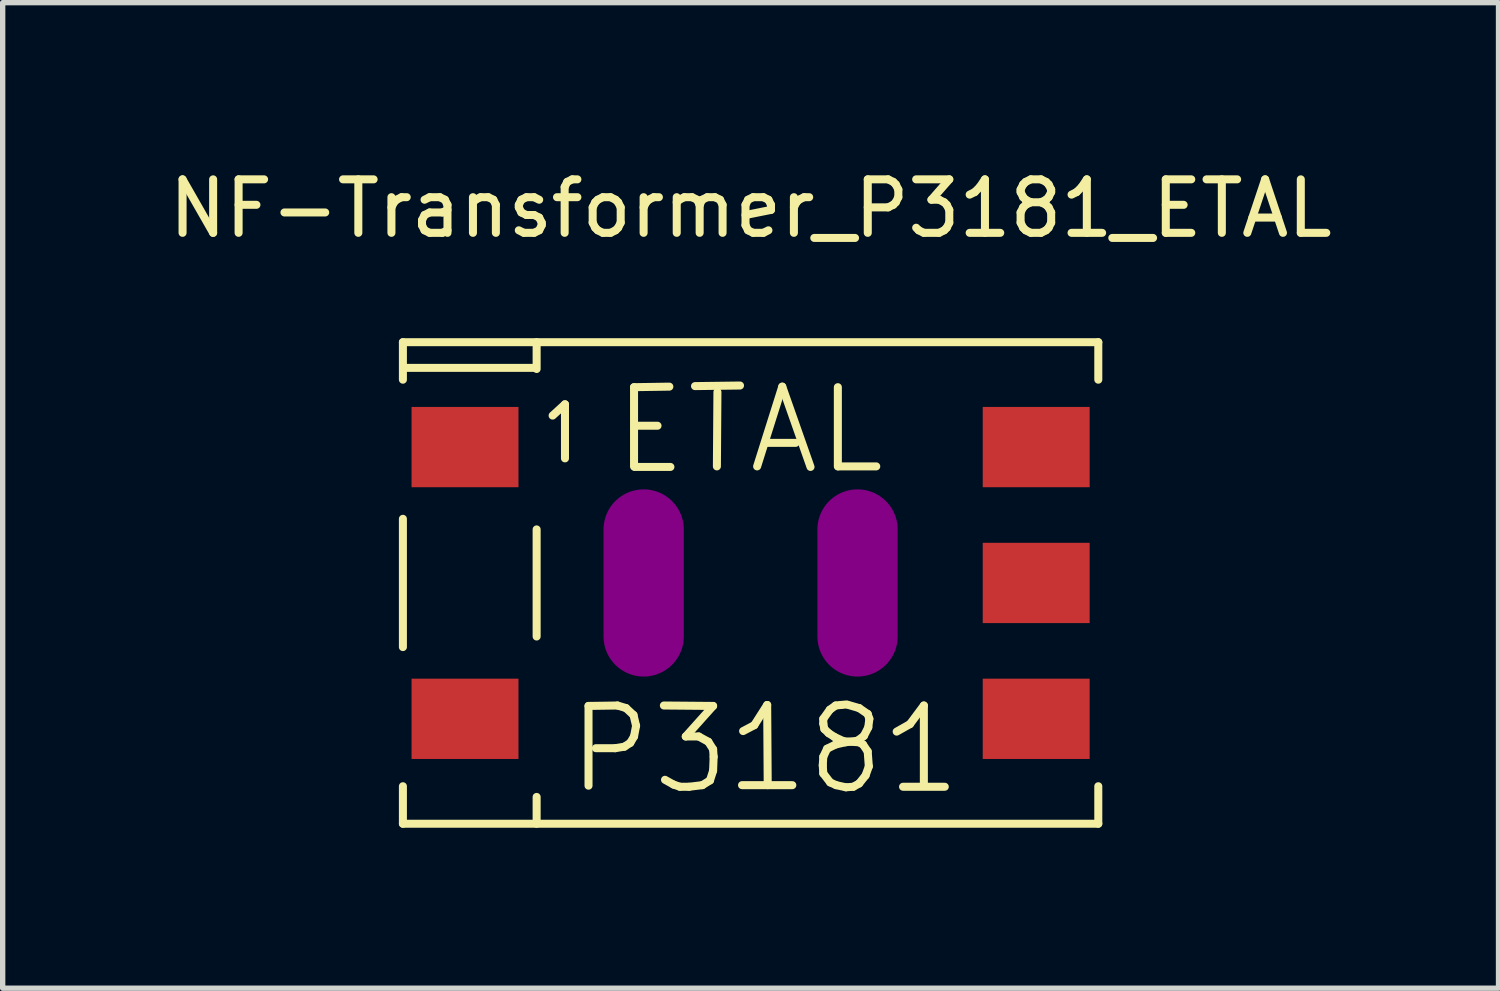
<source format=kicad_pcb>
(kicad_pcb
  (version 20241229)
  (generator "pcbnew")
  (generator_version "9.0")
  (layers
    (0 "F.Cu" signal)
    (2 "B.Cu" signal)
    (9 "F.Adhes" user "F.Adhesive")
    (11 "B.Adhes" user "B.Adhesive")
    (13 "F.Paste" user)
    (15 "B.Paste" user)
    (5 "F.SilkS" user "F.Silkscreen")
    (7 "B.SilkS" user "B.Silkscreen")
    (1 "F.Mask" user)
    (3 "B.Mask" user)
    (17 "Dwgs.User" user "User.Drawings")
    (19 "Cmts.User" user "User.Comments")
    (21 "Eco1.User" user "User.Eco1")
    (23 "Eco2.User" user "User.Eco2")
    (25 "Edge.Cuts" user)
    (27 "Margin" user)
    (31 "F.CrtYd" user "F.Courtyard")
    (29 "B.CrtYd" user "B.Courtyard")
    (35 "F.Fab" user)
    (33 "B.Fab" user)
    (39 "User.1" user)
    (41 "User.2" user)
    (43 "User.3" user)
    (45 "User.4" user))
  (footprint "NF-Transformer_P3181_ETAL"
    (layer "F.Cu")
    (at 10.982 7.848)
    (property "Reference" "NF-Transformer_P3181_ETAL" (at 0 -7 0) (layer "F.SilkS") (effects (font (size 1 1) (thickness 0.15))))
    (attr smd)
    (fp_line (start -6.5 -4.501) (end -6.5 -3.8) (stroke (width 0.15) (type solid)) (layer "F.SilkS"))
    (fp_line (start -6.5 -1.199) (end -6.5 1.199) (stroke (width 0.15) (type solid)) (layer "F.SilkS"))
    (fp_line (start -6.5 3.8) (end -6.5 4.501) (stroke (width 0.15) (type solid)) (layer "F.SilkS"))
    (fp_line (start -6.5 4.501) (end 6.5 4.501) (stroke (width 0.15) (type solid)) (layer "F.SilkS"))
    (fp_line (start -4.021 -4.021) (end -6.459 -4.021) (stroke (width 0.15) (type solid)) (layer "F.SilkS"))
    (fp_line (start -4 -4.501) (end -4 -4) (stroke (width 0.15) (type solid)) (layer "F.SilkS"))
    (fp_line (start -4 -1.001) (end -4 1.001) (stroke (width 0.15) (type solid)) (layer "F.SilkS"))
    (fp_line (start -4 4.501) (end -4 4) (stroke (width 0.15) (type solid)) (layer "F.SilkS"))
    (fp_line (start -3.701 -3.129) (end -3.47 -3.34) (stroke (width 0.15) (type solid)) (layer "F.SilkS"))
    (fp_line (start -3.47 -3.34) (end -3.47 -2.329) (stroke (width 0.15) (type solid)) (layer "F.SilkS"))
    (fp_line (start -3.03 2.299) (end -2.489 2.291) (stroke (width 0.15) (type solid)) (layer "F.SilkS"))
    (fp_line (start -3.03 3.79) (end -3.03 2.299) (stroke (width 0.15) (type solid)) (layer "F.SilkS"))
    (fp_line (start -2.53 3.089) (end -2.891 3.089) (stroke (width 0.15) (type solid)) (layer "F.SilkS"))
    (fp_line (start -2.489 2.291) (end -2.329 2.339) (stroke (width 0.15) (type solid)) (layer "F.SilkS"))
    (fp_line (start -2.36 3.061) (end -2.53 3.089) (stroke (width 0.15) (type solid)) (layer "F.SilkS"))
    (fp_line (start -2.329 2.339) (end -2.189 2.469) (stroke (width 0.15) (type solid)) (layer "F.SilkS"))
    (fp_line (start -2.25 2.99) (end -2.36 3.061) (stroke (width 0.15) (type solid)) (layer "F.SilkS"))
    (fp_line (start -2.189 2.469) (end -2.141 2.67) (stroke (width 0.15) (type solid)) (layer "F.SilkS"))
    (fp_line (start -2.179 -3.66) (end -2.179 -2.179) (stroke (width 0.15) (type solid)) (layer "F.SilkS"))
    (fp_line (start -2.179 2.87) (end -2.25 2.99) (stroke (width 0.15) (type solid)) (layer "F.SilkS"))
    (fp_line (start -2.169 -2.169) (end -1.499 -2.169) (stroke (width 0.15) (type solid)) (layer "F.SilkS"))
    (fp_line (start -2.149 -2.939) (end -1.74 -2.939) (stroke (width 0.15) (type solid)) (layer "F.SilkS"))
    (fp_line (start -2.141 2.67) (end -2.179 2.87) (stroke (width 0.15) (type solid)) (layer "F.SilkS"))
    (fp_line (start -1.621 2.291) (end -0.701 2.299) (stroke (width 0.15) (type solid)) (layer "F.SilkS"))
    (fp_line (start -1.519 -3.67) (end -2.179 -3.66) (stroke (width 0.15) (type solid)) (layer "F.SilkS"))
    (fp_line (start -1.44 3.769) (end -1.6 3.68) (stroke (width 0.15) (type solid)) (layer "F.SilkS"))
    (fp_line (start -1.321 3.81) (end -1.44 3.769) (stroke (width 0.15) (type solid)) (layer "F.SilkS"))
    (fp_line (start -1.212 2.87) (end -0.97 2.87) (stroke (width 0.15) (type solid)) (layer "F.SilkS"))
    (fp_line (start -1.151 3.81) (end -1.321 3.81) (stroke (width 0.15) (type solid)) (layer "F.SilkS"))
    (fp_line (start -1.039 -3.68) (end -0.198 -3.691) (stroke (width 0.15) (type solid)) (layer "F.SilkS"))
    (fp_line (start -0.97 2.87) (end -0.79 2.969) (stroke (width 0.15) (type solid)) (layer "F.SilkS"))
    (fp_line (start -0.902 3.78) (end -1.151 3.81) (stroke (width 0.15) (type solid)) (layer "F.SilkS"))
    (fp_line (start -0.79 2.969) (end -0.701 3.109) (stroke (width 0.15) (type solid)) (layer "F.SilkS"))
    (fp_line (start -0.759 3.691) (end -0.902 3.78) (stroke (width 0.15) (type solid)) (layer "F.SilkS"))
    (fp_line (start -0.701 2.299) (end -1.212 2.87) (stroke (width 0.15) (type solid)) (layer "F.SilkS"))
    (fp_line (start -0.701 3.109) (end -0.691 3.249) (stroke (width 0.15) (type solid)) (layer "F.SilkS"))
    (fp_line (start -0.701 3.51) (end -0.759 3.691) (stroke (width 0.15) (type solid)) (layer "F.SilkS"))
    (fp_line (start -0.691 3.249) (end -0.701 3.51) (stroke (width 0.15) (type solid)) (layer "F.SilkS"))
    (fp_line (start -0.63 -2.179) (end -0.62 -3.569) (stroke (width 0.15) (type solid)) (layer "F.SilkS"))
    (fp_line (start -0.16 3.78) (end 0.78 3.78) (stroke (width 0.15) (type solid)) (layer "F.SilkS"))
    (fp_line (start -0.14 2.769) (end 0.069 2.659) (stroke (width 0.15) (type solid)) (layer "F.SilkS"))
    (fp_line (start 0.069 2.659) (end 0.31 2.281) (stroke (width 0.15) (type solid)) (layer "F.SilkS"))
    (fp_line (start 0.122 -2.179) (end 0.592 -3.67) (stroke (width 0.15) (type solid)) (layer "F.SilkS"))
    (fp_line (start 0.3 -2.619) (end 0.841 -2.619) (stroke (width 0.15) (type solid)) (layer "F.SilkS"))
    (fp_line (start 0.31 2.281) (end 0.32 3.78) (stroke (width 0.15) (type solid)) (layer "F.SilkS"))
    (fp_line (start 0.592 -3.67) (end 1.12 -2.169) (stroke (width 0.15) (type solid)) (layer "F.SilkS"))
    (fp_line (start 1.349 3.409) (end 1.359 3.249) (stroke (width 0.15) (type solid)) (layer "F.SilkS"))
    (fp_line (start 1.359 2.54) (end 1.359 2.629) (stroke (width 0.15) (type solid)) (layer "F.SilkS"))
    (fp_line (start 1.359 2.629) (end 1.379 2.731) (stroke (width 0.15) (type solid)) (layer "F.SilkS"))
    (fp_line (start 1.359 3.249) (end 1.43 3.099) (stroke (width 0.15) (type solid)) (layer "F.SilkS"))
    (fp_line (start 1.359 3.561) (end 1.349 3.409) (stroke (width 0.15) (type solid)) (layer "F.SilkS"))
    (fp_line (start 1.379 2.731) (end 1.46 2.809) (stroke (width 0.15) (type solid)) (layer "F.SilkS"))
    (fp_line (start 1.43 3.099) (end 1.59 3.02) (stroke (width 0.15) (type solid)) (layer "F.SilkS"))
    (fp_line (start 1.46 2.809) (end 1.57 2.88) (stroke (width 0.15) (type solid)) (layer "F.SilkS"))
    (fp_line (start 1.481 2.37) (end 1.359 2.54) (stroke (width 0.15) (type solid)) (layer "F.SilkS"))
    (fp_line (start 1.488 3.729) (end 1.359 3.561) (stroke (width 0.15) (type solid)) (layer "F.SilkS"))
    (fp_line (start 1.57 2.88) (end 1.74 2.959) (stroke (width 0.15) (type solid)) (layer "F.SilkS"))
    (fp_line (start 1.59 2.291) (end 1.481 2.37) (stroke (width 0.15) (type solid)) (layer "F.SilkS"))
    (fp_line (start 1.59 3.02) (end 1.77 2.979) (stroke (width 0.15) (type solid)) (layer "F.SilkS"))
    (fp_line (start 1.6 3.78) (end 1.488 3.729) (stroke (width 0.15) (type solid)) (layer "F.SilkS"))
    (fp_line (start 1.631 -3.66) (end 1.631 -2.179) (stroke (width 0.15) (type solid)) (layer "F.SilkS"))
    (fp_line (start 1.638 -2.179) (end 2.349 -2.179) (stroke (width 0.15) (type solid)) (layer "F.SilkS"))
    (fp_line (start 1.689 2.281) (end 1.59 2.291) (stroke (width 0.15) (type solid)) (layer "F.SilkS"))
    (fp_line (start 1.74 2.959) (end 2.029 2.979) (stroke (width 0.15) (type solid)) (layer "F.SilkS"))
    (fp_line (start 1.77 2.979) (end 1.999 2.949) (stroke (width 0.15) (type solid)) (layer "F.SilkS"))
    (fp_line (start 1.781 3.82) (end 1.6 3.78) (stroke (width 0.15) (type solid)) (layer "F.SilkS"))
    (fp_line (start 1.798 2.271) (end 1.689 2.281) (stroke (width 0.15) (type solid)) (layer "F.SilkS"))
    (fp_line (start 1.92 3.81) (end 1.781 3.82) (stroke (width 0.15) (type solid)) (layer "F.SilkS"))
    (fp_line (start 1.999 2.949) (end 2.118 2.86) (stroke (width 0.15) (type solid)) (layer "F.SilkS"))
    (fp_line (start 2.029 2.339) (end 1.829 2.281) (stroke (width 0.15) (type solid)) (layer "F.SilkS"))
    (fp_line (start 2.029 2.979) (end 2.101 3.02) (stroke (width 0.15) (type solid)) (layer "F.SilkS"))
    (fp_line (start 2.029 3.749) (end 1.92 3.81) (stroke (width 0.15) (type solid)) (layer "F.SilkS"))
    (fp_line (start 2.101 3.02) (end 2.189 3.15) (stroke (width 0.15) (type solid)) (layer "F.SilkS"))
    (fp_line (start 2.118 2.86) (end 2.2 2.7) (stroke (width 0.15) (type solid)) (layer "F.SilkS"))
    (fp_line (start 2.149 3.599) (end 2.029 3.749) (stroke (width 0.15) (type solid)) (layer "F.SilkS"))
    (fp_line (start 2.189 2.449) (end 2.029 2.339) (stroke (width 0.15) (type solid)) (layer "F.SilkS"))
    (fp_line (start 2.189 3.15) (end 2.21 3.429) (stroke (width 0.15) (type solid)) (layer "F.SilkS"))
    (fp_line (start 2.2 2.7) (end 2.22 2.54) (stroke (width 0.15) (type solid)) (layer "F.SilkS"))
    (fp_line (start 2.21 3.429) (end 2.149 3.599) (stroke (width 0.15) (type solid)) (layer "F.SilkS"))
    (fp_line (start 2.22 2.54) (end 2.189 2.449) (stroke (width 0.15) (type solid)) (layer "F.SilkS"))
    (fp_line (start 2.731 2.779) (end 2.979 2.639) (stroke (width 0.15) (type solid)) (layer "F.SilkS"))
    (fp_line (start 2.85 3.81) (end 3.63 3.81) (stroke (width 0.15) (type solid)) (layer "F.SilkS"))
    (fp_line (start 2.979 2.639) (end 3.239 2.291) (stroke (width 0.15) (type solid)) (layer "F.SilkS"))
    (fp_line (start 3.239 2.291) (end 3.239 3.78) (stroke (width 0.15) (type solid)) (layer "F.SilkS"))
    (fp_line (start 6.5 -4.501) (end -6.5 -4.501) (stroke (width 0.15) (type solid)) (layer "F.SilkS"))
    (fp_line (start 6.5 -4.501) (end 6.5 -3.8) (stroke (width 0.15) (type solid)) (layer "F.SilkS"))
    (fp_line (start 6.5 3.8) (end 6.5 4.501) (stroke (width 0.15) (type solid)) (layer "F.SilkS"))
    (pad "" smd oval (at -1.999 0 90) (size 3.5 1.501) (layers "F.Adhes"))
    (pad "" smd oval (at 1.999 0 90) (size 3.5 1.501) (layers "F.Adhes"))
    (pad "1" smd rect (at -5.339 -2.54) (size 1.999 1.501) (layers "F.Cu" "F.Mask" "F.Paste"))
    (pad "2" smd rect (at -5.339 2.54) (size 1.999 1.501) (layers "F.Cu" "F.Mask" "F.Paste"))
    (pad "3" smd rect (at 5.339 2.54) (size 1.999 1.501) (layers "F.Cu" "F.Mask" "F.Paste"))
    (pad "4" smd rect (at 5.339 0) (size 1.999 1.501) (layers "F.Cu" "F.Mask" "F.Paste"))
    (pad "5" smd rect (at 5.339 -2.54) (size 1.999 1.501) (layers "F.Cu" "F.Mask" "F.Paste")))
  (gr_rect
    (start -3 -3)
    (end 24.964 15.424)
    (stroke (width 0.1) (type default))
    (fill no)
    (layer "Edge.Cuts")))
</source>
